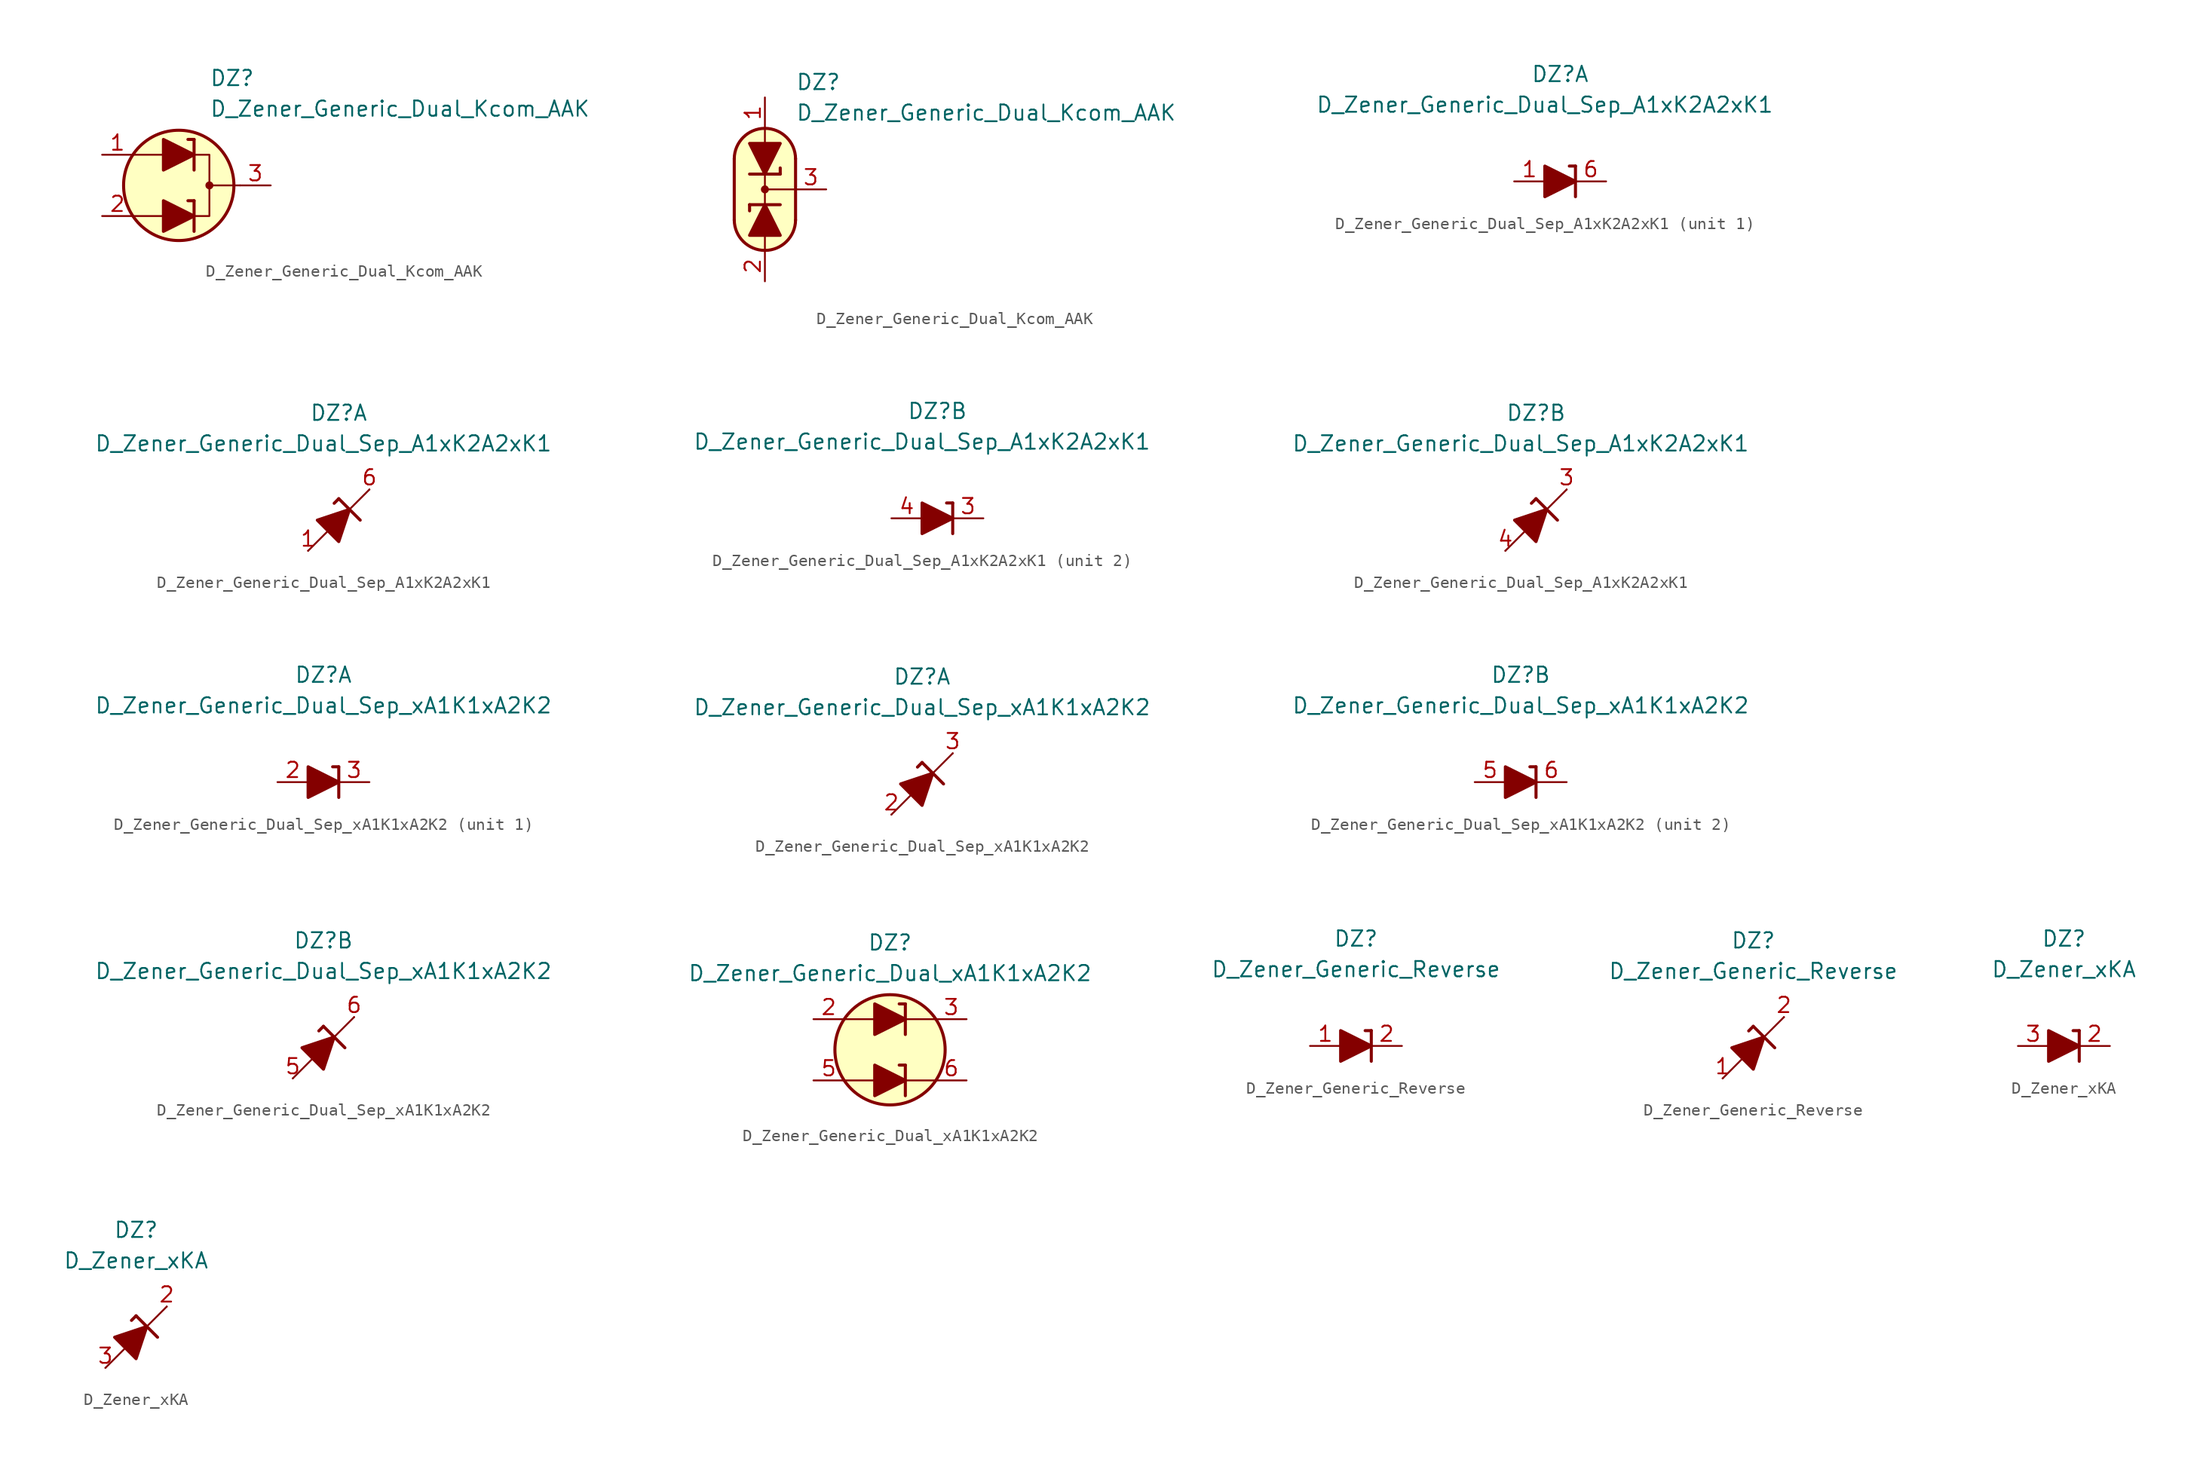
<source format=kicad_sym>
(kicad_symbol_lib
  (version 20231120)
  (generator "kicad_symbol_editor")
  (generator_version "8.0")
  (symbol "D_Zener_Generic_Dual_Kcom_AAK"
    (pin_names
      (offset 1.016) hide)
    (property "Reference" "DZ"
      (at 2.54 8.89 0)
      (effects (font (size 1.27 1.27)) (justify left)))
    (property "Value" "D_Zener_Generic_Dual_Kcom_AAK"
      (at 2.54 6.35 0)
      (effects (font (size 1.27 1.27)) (justify left)))
    (symbol "D_Zener_Generic_Dual_Kcom_AAK_0_1"
      (polyline (pts (xy -1.27 -2.54) (xy -3.81 -2.54)) (stroke (width 0) (type default)) (fill (type none)))
      (polyline (pts (xy -1.27 2.54) (xy -3.81 2.54)) (stroke (width 0) (type default)) (fill (type none)))
      (polyline (pts (xy 1.27 -3.81) (xy 1.27 -1.27)) (stroke (width 0.254) (type default)) (fill (type none)))
      (polyline (pts (xy 1.27 -1.27) (xy 0.762 -1.27)) (stroke (width 0.254) (type default)) (fill (type none)))
      (polyline (pts (xy 1.27 1.27) (xy 1.27 3.81)) (stroke (width 0.254) (type default)) (fill (type none)))
      (polyline (pts (xy 1.27 3.81) (xy 0.762 3.81)) (stroke (width 0.254) (type default)) (fill (type none)))
      (polyline (pts (xy 5.08 0) (xy 2.54 0)) (stroke (width 0) (type default)) (fill (type none)))
      (polyline (pts (xy 1.27 -2.54) (xy 2.54 -2.54) (xy 2.54 2.54) (xy 1.27 2.54)) (stroke (width 0) (type default)) (fill (type none)))
      (circle (center 0 0) (radius 4.572) (stroke (width 0.254) (type default)) (fill (type background)))
      (circle (center 2.54 0) (radius 0.254) (stroke (width 0) (type default)) (fill (type outline))))
    (symbol "D_Zener_Generic_Dual_Kcom_AAK_0_2"
      (arc (start -2.54 -2.54) (mid 0 -5.0576) (end 2.54 -2.54) (stroke (width 0.254) (type default)) (fill (type none)))
      (polyline (pts (xy -2.54 2.54) (xy -2.54 -2.54)) (stroke (width 0.254) (type default)) (fill (type none)))
      (polyline (pts (xy -1.27 -1.27) (xy -1.27 -1.778)) (stroke (width 0.254) (type default)) (fill (type none)))
      (polyline (pts (xy -1.27 -1.27) (xy 1.27 -1.27)) (stroke (width 0.254) (type default)) (fill (type none)))
      (polyline (pts (xy 0 -5.08) (xy 0 -3.81)) (stroke (width 0) (type default)) (fill (type none)))
      (polyline (pts (xy 0 -1.27) (xy 0 1.27)) (stroke (width 0) (type default)) (fill (type none)))
      (polyline (pts (xy 0 5.08) (xy 0 3.81)) (stroke (width 0) (type default)) (fill (type none)))
      (polyline (pts (xy 1.27 1.27) (xy -1.27 1.27)) (stroke (width 0.254) (type default)) (fill (type none)))
      (polyline (pts (xy 1.27 1.27) (xy 1.27 1.778)) (stroke (width 0.254) (type default)) (fill (type none)))
      (polyline (pts (xy 2.54 -2.54) (xy 2.54 2.54)) (stroke (width 0.254) (type default)) (fill (type none)))
      (polyline (pts (xy 2.54 0) (xy 0 0)) (stroke (width 0) (type default)) (fill (type none)))
      (polyline (pts (xy 0 5.08) (xy 1.016 4.826) (xy 1.778 4.318) (xy 2.286 3.556) (xy 2.54 3.048) (xy 2.54 -2.794) (xy 2.286 -3.556) (xy 1.778 -4.318) (xy 1.016 -4.826) (xy 0.254 -5.08) (xy -0.254 -5.08) (xy -1.016 -4.826) (xy -1.524 -4.572) (xy -2.032 -4.064) (xy -2.286 -3.556) (xy -2.54 -2.794) (xy -2.54 2.794) (xy -2.286 3.556) (xy -2.032 4.064) (xy -1.524 4.572) (xy -1.016 4.826) (xy 0 5.08)) (stroke (width 0.01) (type default)) (fill (type background)))
      (circle (center 0 0) (radius 0.254) (stroke (width 0) (type default)) (fill (type outline)))
      (arc (start 2.54 2.54) (mid 0 5.0576) (end -2.54 2.54) (stroke (width 0.254) (type default)) (fill (type none))))
    (symbol "D_Zener_Generic_Dual_Kcom_AAK_1_1"
      (polyline (pts (xy -1.27 -2.54) (xy 1.27 -2.54)) (stroke (width 0) (type default)) (fill (type none)))
      (polyline (pts (xy -1.27 2.54) (xy 1.27 2.54)) (stroke (width 0) (type default)) (fill (type none)))
      (polyline (pts (xy -1.27 -3.81) (xy -1.27 -1.27) (xy 1.27 -2.54) (xy -1.27 -3.81)) (stroke (width 0.254) (type default)) (fill (type outline)))
      (polyline (pts (xy -1.27 1.27) (xy -1.27 3.81) (xy 1.27 2.54) (xy -1.27 1.27)) (stroke (width 0.254) (type default)) (fill (type outline)))
      (pin passive line (at -6.35 2.54 0) (length 2.54) (name "A2" (effects (font (size 1.27 1.27)))) (number "1" (effects (font (size 1.27 1.27)))))
      (pin passive line (at -6.35 -2.54 0) (length 2.54) (name "A1" (effects (font (size 1.27 1.27)))) (number "2" (effects (font (size 1.27 1.27)))))
      (pin passive line (at 7.62 0 180) (length 2.54) (name "K" (effects (font (size 1.27 1.27)))) (number "3" (effects (font (size 1.27 1.27))))))
    (symbol "D_Zener_Generic_Dual_Kcom_AAK_1_2"
      (polyline (pts (xy -1.27 -3.81) (xy 1.27 -3.81) (xy 0 -1.27) (xy -1.27 -3.81)) (stroke (width 0.254) (type default)) (fill (type outline)))
      (polyline (pts (xy 1.27 3.81) (xy -1.27 3.81) (xy 0 1.27) (xy 1.27 3.81)) (stroke (width 0.254) (type default)) (fill (type outline)))
      (pin passive line (at 0 7.62 270) (length 2.54) (name "A2" (effects (font (size 1.27 1.27)))) (number "1" (effects (font (size 1.27 1.27)))))
      (pin passive line (at 0 -7.62 90) (length 2.54) (name "A1" (effects (font (size 1.27 1.27)))) (number "2" (effects (font (size 1.27 1.27)))))
      (pin passive line (at 5.08 0 180) (length 2.54) (name "K" (effects (font (size 1.27 1.27)))) (number "3" (effects (font (size 1.27 1.27)))))))
  (symbol "D_Zener_Generic_Dual_Sep_A1xK2A2xK1"
    (pin_names
      (offset 1.016) hide)
    (property "Reference" "DZ"
      (at 0 8.89 0)
      (effects (font (size 1.27 1.27))))
    (property "Value" "D_Zener_Generic_Dual_Sep_A1xK2A2xK1"
      (at -1.27 6.35 0)
      (effects (font (size 1.27 1.27))))
    (property "ki_locked" ""
      (at 0 0 0)
      (effects (font (size 1.27 1.27))))
    (symbol "D_Zener_Generic_Dual_Sep_A1xK2A2xK1_0_1"
      (polyline (pts (xy 1.27 1.27) (xy 1.27 -1.27)) (stroke (width 0.254) (type default)) (fill (type none))))
    (symbol "D_Zener_Generic_Dual_Sep_A1xK2A2xK1_0_2"
      (polyline (pts (xy -2.54 -2.54) (xy 2.54 2.54)) (stroke (width 0) (type default)) (fill (type none)))
      (polyline (pts (xy 0 1.778) (xy -0.381 1.397)) (stroke (width 0.254) (type default)) (fill (type none)))
      (polyline (pts (xy 0 1.778) (xy 1.778 0)) (stroke (width 0.254) (type default)) (fill (type none)))
      (polyline (pts (xy -0.889 -0.889) (xy -1.778 0) (xy 0.889 0.889) (xy 0 -1.778) (xy -0.889 -0.889)) (stroke (width 0.254) (type default)) (fill (type outline))))
    (symbol "D_Zener_Generic_Dual_Sep_A1xK2A2xK1_1_1"
      (polyline (pts (xy -1.27 0) (xy 1.27 0)) (stroke (width 0) (type default)) (fill (type none)))
      (polyline (pts (xy 1.27 1.27) (xy 0.762 1.27)) (stroke (width 0.254) (type default)) (fill (type none)))
      (polyline (pts (xy -1.27 1.27) (xy -1.27 -1.27) (xy 1.27 0) (xy -1.27 1.27)) (stroke (width 0.254) (type default)) (fill (type outline)))
      (pin passive line (at -3.81 0 0) (length 2.54) (name "A1" (effects (font (size 1.27 1.27)))) (number "1" (effects (font (size 1.27 1.27)))))
      (pin free line (at 0 0 0) (length 2.54) hide (name "NC" (effects (font (size 1.27 1.27)))) (number "2" (effects (font (size 1.27 1.27)))))
      (pin passive line (at 3.81 0 180) (length 2.54) (name "K1" (effects (font (size 1.27 1.27)))) (number "6" (effects (font (size 1.27 1.27))))))
    (symbol "D_Zener_Generic_Dual_Sep_A1xK2A2xK1_1_2"
      (pin passive line (at -2.54 -2.54 0) (length 0) (name "A" (effects (font (size 1.27 1.27)))) (number "1" (effects (font (size 1.27 1.27)))))
      (pin free line (at 0 0 0) (length 2.54) hide (name "NC" (effects (font (size 1.27 1.27)))) (number "2" (effects (font (size 1.27 1.27)))))
      (pin passive line (at 2.54 2.54 180) (length 0) (name "K" (effects (font (size 1.27 1.27)))) (number "6" (effects (font (size 1.27 1.27))))))
    (symbol "D_Zener_Generic_Dual_Sep_A1xK2A2xK1_2_1"
      (polyline (pts (xy 1.27 0) (xy -1.27 0)) (stroke (width 0) (type default)) (fill (type none)))
      (polyline (pts (xy 1.27 1.27) (xy 0.762 1.27)) (stroke (width 0.254) (type default)) (fill (type none)))
      (polyline (pts (xy -1.27 1.27) (xy -1.27 -1.27) (xy 1.27 0) (xy -1.27 1.27)) (stroke (width 0.254) (type default)) (fill (type outline)))
      (pin passive line (at 3.81 0 180) (length 2.54) (name "K2" (effects (font (size 1.27 1.27)))) (number "3" (effects (font (size 1.27 1.27)))))
      (pin passive line (at -3.81 0 0) (length 2.54) (name "A2" (effects (font (size 1.27 1.27)))) (number "4" (effects (font (size 1.27 1.27)))))
      (pin free line (at 0 0 0) (length 2.54) hide (name "NC" (effects (font (size 1.27 1.27)))) (number "5" (effects (font (size 1.27 1.27))))))
    (symbol "D_Zener_Generic_Dual_Sep_A1xK2A2xK1_2_2"
      (pin passive line (at 2.54 2.54 180) (length 0) (name "K2" (effects (font (size 1.27 1.27)))) (number "3" (effects (font (size 1.27 1.27)))))
      (pin passive line (at -2.54 -2.54 0) (length 0) (name "A2" (effects (font (size 1.27 1.27)))) (number "4" (effects (font (size 1.27 1.27)))))
      (pin free line (at 0 0 0) (length 2.54) hide (name "NC" (effects (font (size 1.27 1.27)))) (number "5" (effects (font (size 1.27 1.27)))))))
  (symbol "D_Zener_Generic_Dual_Sep_xA1K1xA2K2"
    (pin_names
      (offset 1.016) hide)
    (property "Reference" "DZ"
      (at 0 8.89 0)
      (effects (font (size 1.27 1.27))))
    (property "Value" "D_Zener_Generic_Dual_Sep_xA1K1xA2K2"
      (at 0 6.35 0)
      (effects (font (size 1.27 1.27))))
    (property "ki_locked" ""
      (at 0 0 0)
      (effects (font (size 1.27 1.27))))
    (symbol "D_Zener_Generic_Dual_Sep_xA1K1xA2K2_0_1"
      (polyline (pts (xy 1.27 1.27) (xy 1.27 -1.27)) (stroke (width 0.254) (type default)) (fill (type none))))
    (symbol "D_Zener_Generic_Dual_Sep_xA1K1xA2K2_0_2"
      (polyline (pts (xy -2.54 -2.54) (xy 2.54 2.54)) (stroke (width 0) (type default)) (fill (type none)))
      (polyline (pts (xy 0 1.778) (xy -0.381 1.397)) (stroke (width 0.254) (type default)) (fill (type none)))
      (polyline (pts (xy 0 1.778) (xy 1.778 0)) (stroke (width 0.254) (type default)) (fill (type none)))
      (polyline (pts (xy -0.889 -0.889) (xy -1.778 0) (xy 0.889 0.889) (xy 0 -1.778) (xy -0.889 -0.889)) (stroke (width 0.254) (type default)) (fill (type outline))))
    (symbol "D_Zener_Generic_Dual_Sep_xA1K1xA2K2_1_1"
      (polyline (pts (xy -1.27 0) (xy 1.27 0)) (stroke (width 0) (type default)) (fill (type none)))
      (polyline (pts (xy 1.27 1.27) (xy 0.762 1.27)) (stroke (width 0.254) (type default)) (fill (type none)))
      (polyline (pts (xy -1.27 1.27) (xy -1.27 -1.27) (xy 1.27 0) (xy -1.27 1.27)) (stroke (width 0.254) (type default)) (fill (type outline)))
      (pin free line (at 0 0 0) (length 2.54) hide (name "NC" (effects (font (size 1.27 1.27)))) (number "1" (effects (font (size 1.27 1.27)))))
      (pin passive line (at -3.81 0 0) (length 2.54) (name "A1" (effects (font (size 1.27 1.27)))) (number "2" (effects (font (size 1.27 1.27)))))
      (pin passive line (at 3.81 0 180) (length 2.54) (name "K1" (effects (font (size 1.27 1.27)))) (number "3" (effects (font (size 1.27 1.27))))))
    (symbol "D_Zener_Generic_Dual_Sep_xA1K1xA2K2_1_2"
      (pin free line (at 0 0 0) (length 2.54) hide (name "NC" (effects (font (size 1.27 1.27)))) (number "1" (effects (font (size 1.27 1.27)))))
      (pin passive line (at -2.54 -2.54 0) (length 0) (name "A" (effects (font (size 1.27 1.27)))) (number "2" (effects (font (size 1.27 1.27)))))
      (pin passive line (at 2.54 2.54 180) (length 0) (name "K" (effects (font (size 1.27 1.27)))) (number "3" (effects (font (size 1.27 1.27))))))
    (symbol "D_Zener_Generic_Dual_Sep_xA1K1xA2K2_2_1"
      (polyline (pts (xy -1.27 0) (xy 1.27 0)) (stroke (width 0) (type default)) (fill (type none)))
      (polyline (pts (xy 1.27 1.27) (xy 0.762 1.27)) (stroke (width 0.254) (type default)) (fill (type none)))
      (polyline (pts (xy -1.27 1.27) (xy -1.27 -1.27) (xy 1.27 0) (xy -1.27 1.27)) (stroke (width 0.254) (type default)) (fill (type outline)))
      (pin free line (at 0 0 0) (length 2.54) hide (name "NC" (effects (font (size 1.27 1.27)))) (number "4" (effects (font (size 1.27 1.27)))))
      (pin passive line (at -3.81 0 0) (length 2.54) (name "A2" (effects (font (size 1.27 1.27)))) (number "5" (effects (font (size 1.27 1.27)))))
      (pin passive line (at 3.81 0 180) (length 2.54) (name "K2" (effects (font (size 1.27 1.27)))) (number "6" (effects (font (size 1.27 1.27))))))
    (symbol "D_Zener_Generic_Dual_Sep_xA1K1xA2K2_2_2"
      (pin free line (at 0 0 0) (length 2.54) hide (name "NC" (effects (font (size 1.27 1.27)))) (number "4" (effects (font (size 1.27 1.27)))))
      (pin passive line (at -2.54 -2.54 0) (length 0) (name "A2" (effects (font (size 1.27 1.27)))) (number "5" (effects (font (size 1.27 1.27)))))
      (pin passive line (at 2.54 2.54 180) (length 0) (name "K2" (effects (font (size 1.27 1.27)))) (number "6" (effects (font (size 1.27 1.27)))))))
  (symbol "D_Zener_Generic_Dual_xA1K1xA2K2"
    (pin_names
      (offset 1.016) hide)
    (property "Reference" "DZ"
      (at 0 8.89 0)
      (effects (font (size 1.27 1.27))))
    (property "Value" "D_Zener_Generic_Dual_xA1K1xA2K2"
      (at 0 6.35 0)
      (effects (font (size 1.27 1.27))))
    (symbol "D_Zener_Generic_Dual_xA1K1xA2K2_0_1"
      (polyline (pts (xy -3.81 -2.54) (xy -1.27 -2.54)) (stroke (width 0) (type default)) (fill (type none)))
      (polyline (pts (xy -3.81 2.54) (xy -1.27 2.54)) (stroke (width 0) (type default)) (fill (type none)))
      (polyline (pts (xy 1.27 -2.54) (xy 3.81 -2.54)) (stroke (width 0) (type default)) (fill (type none)))
      (polyline (pts (xy 1.27 -1.27) (xy 0.762 -1.27)) (stroke (width 0.254) (type default)) (fill (type none)))
      (polyline (pts (xy 1.27 -1.27) (xy 1.27 -3.81)) (stroke (width 0.254) (type default)) (fill (type none)))
      (polyline (pts (xy 1.27 2.54) (xy 3.81 2.54)) (stroke (width 0) (type default)) (fill (type none)))
      (polyline (pts (xy 1.27 3.81) (xy 0.762 3.81)) (stroke (width 0.254) (type default)) (fill (type none)))
      (polyline (pts (xy 1.27 3.81) (xy 1.27 1.27)) (stroke (width 0.254) (type default)) (fill (type none)))
      (circle (center 0 0) (radius 4.572) (stroke (width 0.254) (type default)) (fill (type background))))
    (symbol "D_Zener_Generic_Dual_xA1K1xA2K2_1_1"
      (polyline (pts (xy -1.27 -2.54) (xy 1.27 -2.54)) (stroke (width 0) (type default)) (fill (type none)))
      (polyline (pts (xy -1.27 2.54) (xy 1.27 2.54)) (stroke (width 0) (type default)) (fill (type none)))
      (polyline (pts (xy -1.27 -1.27) (xy -1.27 -3.81) (xy 1.27 -2.54) (xy -1.27 -1.27)) (stroke (width 0.254) (type default)) (fill (type outline)))
      (polyline (pts (xy -1.27 3.81) (xy -1.27 1.27) (xy 1.27 2.54) (xy -1.27 3.81)) (stroke (width 0.254) (type default)) (fill (type outline)))
      (pin free line (at -2.54 0 0) (length 2.54) hide (name "NC" (effects (font (size 1.27 1.27)))) (number "1" (effects (font (size 1.27 1.27)))))
      (pin passive line (at -6.35 2.54 0) (length 2.54) (name "A1" (effects (font (size 1.27 1.27)))) (number "2" (effects (font (size 1.27 1.27)))))
      (pin passive line (at 6.35 2.54 180) (length 2.54) (name "K1" (effects (font (size 1.27 1.27)))) (number "3" (effects (font (size 1.27 1.27)))))
      (pin free line (at 2.54 0 180) (length 2.54) hide (name "NC" (effects (font (size 1.27 1.27)))) (number "4" (effects (font (size 1.27 1.27)))))
      (pin passive line (at -6.35 -2.54 0) (length 2.54) (name "A2" (effects (font (size 1.27 1.27)))) (number "5" (effects (font (size 1.27 1.27)))))
      (pin passive line (at 6.35 -2.54 180) (length 2.54) (name "K2" (effects (font (size 1.27 1.27)))) (number "6" (effects (font (size 1.27 1.27)))))))
  (symbol "D_Zener_Generic_Reverse"
    (pin_names
      (offset 1.016) hide)
    (property "Reference" "DZ"
      (at 0 8.89 0)
      (effects (font (size 1.27 1.27))))
    (property "Value" "D_Zener_Generic_Reverse"
      (at 0 6.35 0)
      (effects (font (size 1.27 1.27))))
    (symbol "D_Zener_Generic_Reverse_0_1"
      (polyline (pts (xy -1.27 0) (xy 1.27 0)) (stroke (width 0) (type default)) (fill (type none)))
      (polyline (pts (xy 1.27 -1.27) (xy 1.27 1.27)) (stroke (width 0.254) (type default)) (fill (type none)))
      (polyline (pts (xy 1.27 1.27) (xy 0.762 1.27)) (stroke (width 0.254) (type default)) (fill (type none)))
      (polyline (pts (xy -1.27 1.27) (xy -1.27 -1.27) (xy 1.27 0) (xy -1.27 1.27)) (stroke (width 0.254) (type default)) (fill (type outline))))
    (symbol "D_Zener_Generic_Reverse_0_2"
      (polyline (pts (xy -2.54 -2.54) (xy 2.54 2.54)) (stroke (width 0) (type default)) (fill (type none)))
      (polyline (pts (xy 0 1.778) (xy -0.381 1.397)) (stroke (width 0.254) (type default)) (fill (type none)))
      (polyline (pts (xy 0 1.778) (xy 1.778 0)) (stroke (width 0.254) (type default)) (fill (type none)))
      (polyline (pts (xy -0.889 -0.889) (xy -1.778 0) (xy 0.889 0.889) (xy 0 -1.778) (xy -0.889 -0.889)) (stroke (width 0.254) (type default)) (fill (type outline))))
    (symbol "D_Zener_Generic_Reverse_1_1"
      (pin passive line (at -3.81 0 0) (length 2.54) (name "A" (effects (font (size 1.27 1.27)))) (number "1" (effects (font (size 1.27 1.27)))))
      (pin passive line (at 3.81 0 180) (length 2.54) (name "K" (effects (font (size 1.27 1.27)))) (number "2" (effects (font (size 1.27 1.27))))))
    (symbol "D_Zener_Generic_Reverse_1_2"
      (pin passive line (at -2.54 -2.54 0) (length 0) (name "A" (effects (font (size 1.27 1.27)))) (number "1" (effects (font (size 1.27 1.27)))))
      (pin passive line (at 2.54 2.54 180) (length 0) (name "K" (effects (font (size 1.27 1.27)))) (number "2" (effects (font (size 1.27 1.27)))))))
  (symbol "D_Zener_xKA"
    (pin_names
      (offset 1.016) hide)
    (property "Reference" "DZ"
      (at 0 8.89 0)
      (effects (font (size 1.27 1.27))))
    (property "Value" "D_Zener_xKA"
      (at 0 6.35 0)
      (effects (font (size 1.27 1.27))))
    (symbol "D_Zener_xKA_0_1"
      (polyline (pts (xy -1.27 0) (xy 1.27 0)) (stroke (width 0) (type default)) (fill (type none)))
      (polyline (pts (xy 1.27 -1.27) (xy 1.27 1.27)) (stroke (width 0.254) (type default)) (fill (type none)))
      (polyline (pts (xy 1.27 1.27) (xy 0.762 1.27)) (stroke (width 0.254) (type default)) (fill (type none)))
      (polyline (pts (xy -1.27 1.27) (xy -1.27 -1.27) (xy 1.27 0) (xy -1.27 1.27)) (stroke (width 0.254) (type default)) (fill (type outline))))
    (symbol "D_Zener_xKA_0_2"
      (polyline (pts (xy -2.54 -2.54) (xy 2.54 2.54)) (stroke (width 0) (type default)) (fill (type none)))
      (polyline (pts (xy 0 1.778) (xy -0.381 1.397)) (stroke (width 0.254) (type default)) (fill (type none)))
      (polyline (pts (xy 0 1.778) (xy 1.778 0)) (stroke (width 0.254) (type default)) (fill (type none)))
      (polyline (pts (xy -0.889 -0.889) (xy -1.778 0) (xy 0.889 0.889) (xy 0 -1.778) (xy -0.889 -0.889)) (stroke (width 0.254) (type default)) (fill (type outline))))
    (symbol "D_Zener_xKA_1_1"
      (pin free line (at 0 0 0) (length 2.54) hide (name "NC" (effects (font (size 1.27 1.27)))) (number "1" (effects (font (size 1.27 1.27)))))
      (pin passive line (at 3.81 0 180) (length 2.54) (name "K" (effects (font (size 1.27 1.27)))) (number "2" (effects (font (size 1.27 1.27)))))
      (pin passive line (at -3.81 0 0) (length 2.54) (name "A" (effects (font (size 1.27 1.27)))) (number "3" (effects (font (size 1.27 1.27))))))
    (symbol "D_Zener_xKA_1_2"
      (pin free line (at 0 0 0) (length 2.54) hide (name "NC" (effects (font (size 1.27 1.27)))) (number "1" (effects (font (size 1.27 1.27)))))
      (pin passive line (at 2.54 2.54 180) (length 0) (name "K" (effects (font (size 1.27 1.27)))) (number "2" (effects (font (size 1.27 1.27)))))
      (pin passive line (at -2.54 -2.54 0) (length 0) (name "A" (effects (font (size 1.27 1.27)))) (number "3" (effects (font (size 1.27 1.27))))))))
</source>
